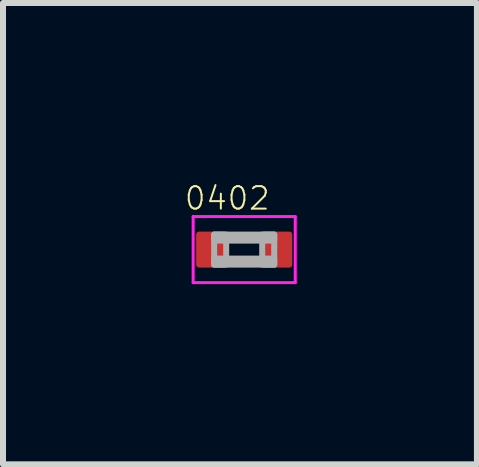
<source format=kicad_pcb>
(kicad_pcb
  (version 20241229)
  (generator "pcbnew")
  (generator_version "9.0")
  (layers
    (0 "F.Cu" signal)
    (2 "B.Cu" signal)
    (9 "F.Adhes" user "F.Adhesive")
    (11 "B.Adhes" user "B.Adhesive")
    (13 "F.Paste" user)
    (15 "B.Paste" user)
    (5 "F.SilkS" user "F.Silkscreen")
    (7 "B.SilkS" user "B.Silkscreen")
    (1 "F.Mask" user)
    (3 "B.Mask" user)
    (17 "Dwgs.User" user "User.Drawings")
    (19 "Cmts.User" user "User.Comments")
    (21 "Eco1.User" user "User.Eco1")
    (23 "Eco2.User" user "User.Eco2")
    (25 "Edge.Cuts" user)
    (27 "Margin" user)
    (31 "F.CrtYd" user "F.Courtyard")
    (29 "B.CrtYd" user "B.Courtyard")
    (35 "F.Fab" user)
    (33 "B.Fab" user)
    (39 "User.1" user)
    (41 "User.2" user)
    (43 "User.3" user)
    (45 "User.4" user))
  (footprint "0402"
    (layer "F.Cu")
    (at 1.016 1.106)
    (property "Reference" "0402" (at -1.016 -0.635 0) (layer "F.SilkS") (effects (font (size 0.374 0.374) (thickness 0.033)) (justify left bottom)))
    (fp_poly (pts (xy -0.85 0.35) (xy -0.25 0.35) (xy -0.25 -0.35) (xy -0.85 -0.35)) (stroke (width 0) (type default)) (fill yes) (layer "F.Mask"))
    (fp_poly (pts (xy 0.25 0.35) (xy 0.85 0.35) (xy 0.85 -0.35) (xy 0.25 -0.35)) (stroke (width 0) (type default)) (fill yes) (layer "F.Mask"))
    (fp_line (start -0.85 -0.55) (end 0.85 -0.55) (stroke (width 0.05) (type solid)) (layer "F.CrtYd"))
    (fp_line (start -0.85 0.55) (end -0.85 -0.55) (stroke (width 0.05) (type solid)) (layer "F.CrtYd"))
    (fp_line (start 0.85 -0.55) (end 0.85 0.55) (stroke (width 0.05) (type solid)) (layer "F.CrtYd"))
    (fp_line (start 0.85 0.55) (end -0.85 0.55) (stroke (width 0.05) (type solid)) (layer "F.CrtYd"))
    (fp_poly (pts (xy -0.5 -0.15) (xy 0.5 -0.15) (xy 0.5 -0.25) (xy -0.5 -0.25)) (stroke (width 0.1) (type default)) (fill no) (layer "F.Fab"))
    (fp_poly (pts (xy -0.5 0.25) (xy -0.3 0.25) (xy -0.3 -0.25) (xy -0.5 -0.25)) (stroke (width 0.1) (type default)) (fill no) (layer "F.Fab"))
    (fp_poly (pts (xy -0.5 0.25) (xy 0.5 0.25) (xy 0.5 0.15) (xy -0.5 0.15)) (stroke (width 0.1) (type default)) (fill no) (layer "F.Fab"))
    (fp_poly (pts (xy 0.3 0.25) (xy 0.5 0.25) (xy 0.5 -0.25) (xy 0.3 -0.25)) (stroke (width 0.1) (type default)) (fill no) (layer "F.Fab"))
    (pad "1" smd roundrect (at -0.55 0) (size 0.5 0.6) (layers "F.Cu" "F.Paste") (roundrect_rratio 0.1))
    (pad "2" smd roundrect (at 0.55 0) (size 0.5 0.6) (layers "F.Cu" "F.Paste") (roundrect_rratio 0.1)))
  (gr_rect
    (start -3 -3)
    (end 4.891 4.681)
    (stroke (width 0.1) (type default))
    (fill no)
    (layer "Edge.Cuts")))
</source>
